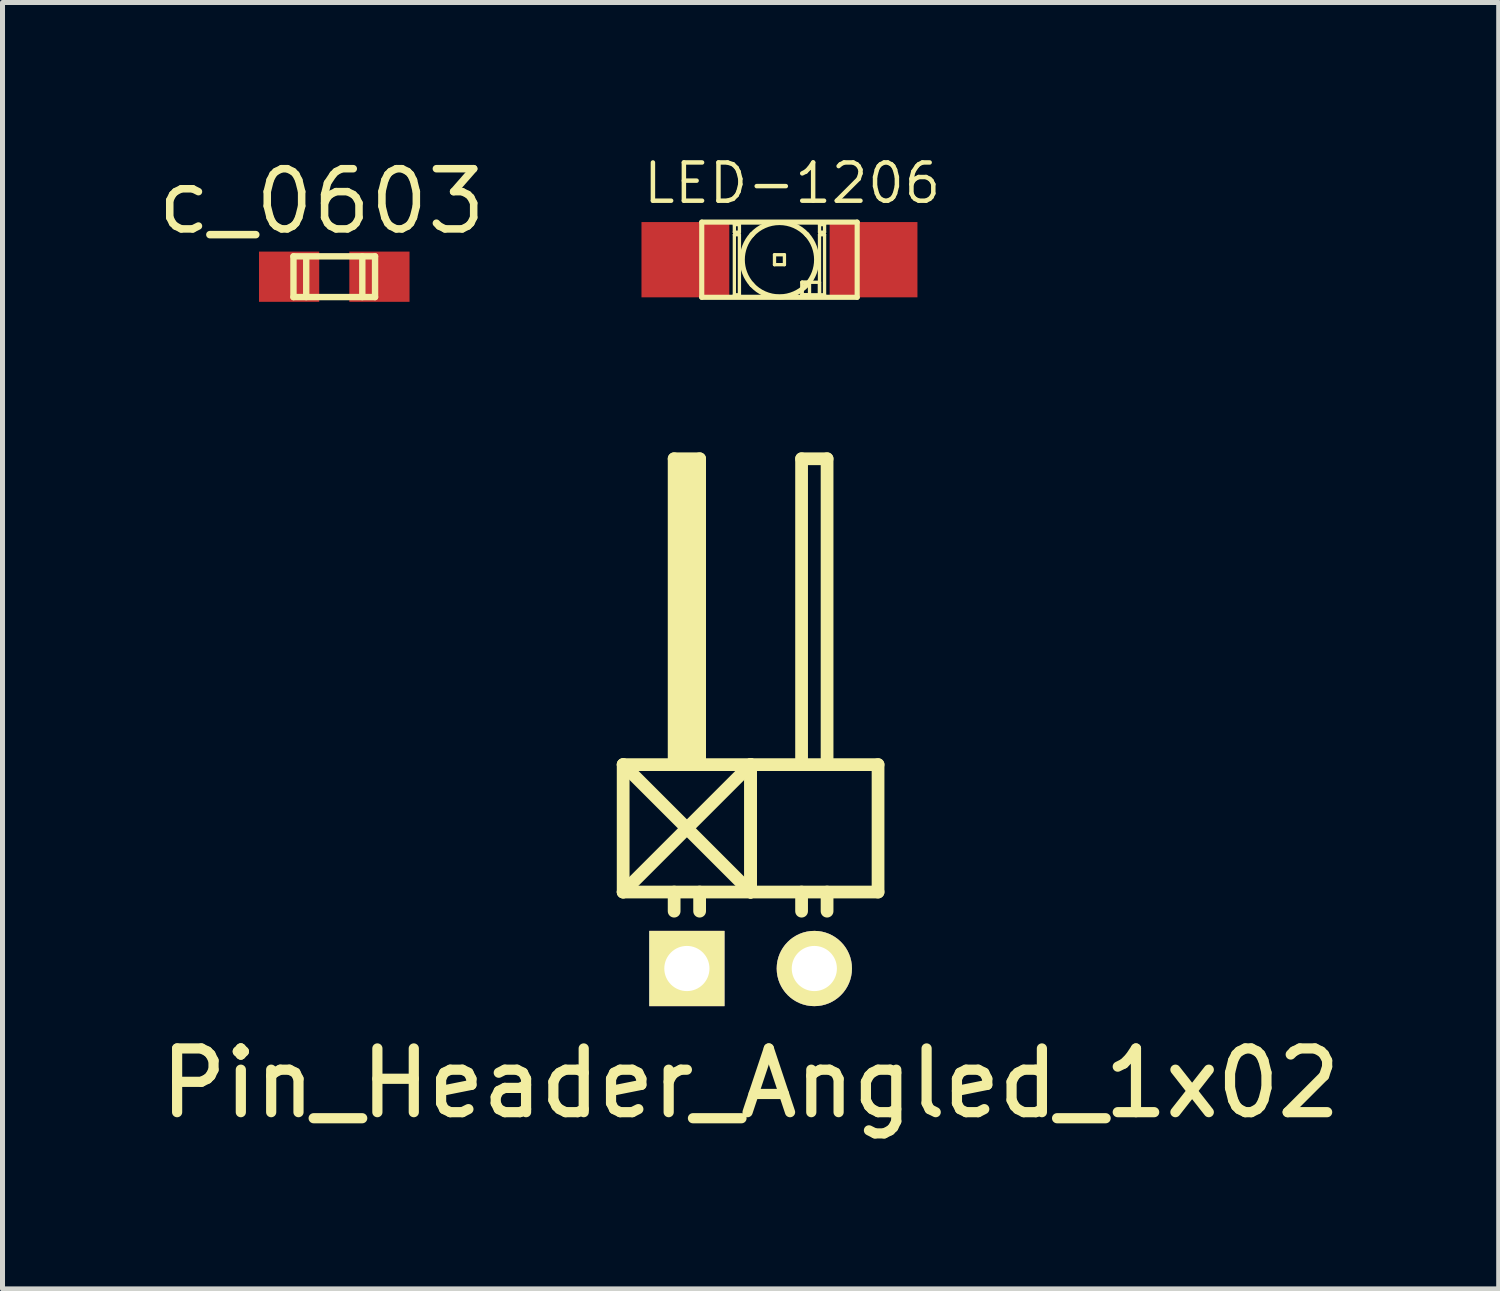
<source format=kicad_pcb>
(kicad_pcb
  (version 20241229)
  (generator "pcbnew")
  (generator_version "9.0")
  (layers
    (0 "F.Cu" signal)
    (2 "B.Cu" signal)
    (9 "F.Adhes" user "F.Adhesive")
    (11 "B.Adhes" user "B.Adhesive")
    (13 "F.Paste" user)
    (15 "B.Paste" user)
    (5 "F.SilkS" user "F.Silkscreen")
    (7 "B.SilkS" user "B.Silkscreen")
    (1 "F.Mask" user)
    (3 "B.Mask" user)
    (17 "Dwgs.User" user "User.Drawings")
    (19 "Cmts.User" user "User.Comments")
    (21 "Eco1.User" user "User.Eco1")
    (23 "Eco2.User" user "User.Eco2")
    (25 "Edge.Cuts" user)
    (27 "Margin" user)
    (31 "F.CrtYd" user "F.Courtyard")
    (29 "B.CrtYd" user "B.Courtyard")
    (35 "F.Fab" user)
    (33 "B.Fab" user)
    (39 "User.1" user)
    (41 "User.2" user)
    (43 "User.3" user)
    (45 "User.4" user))
  (footprint "Pin_Header_Angled_1x02"
    (layer "F.Cu")
    (at 11.91 16.253)
    (property "Reference" "Pin_Header_Angled_1x02" (at 0 2.286 0) (layer "F.SilkS") (effects (font (size 1.27 1.27) (thickness 0.203))))
    (attr through_hole)
    (fp_line (start -2.54 -4.064) (end 0 -1.524) (stroke (width 0.254) (type solid)) (layer "F.SilkS"))
    (fp_line (start -2.54 -1.524) (end -2.54 -4.064) (stroke (width 0.254) (type solid)) (layer "F.SilkS"))
    (fp_line (start -2.54 -1.524) (end 0 -1.524) (stroke (width 0.254) (type solid)) (layer "F.SilkS"))
    (fp_line (start -1.524 -10.16) (end -1.016 -10.16) (stroke (width 0.254) (type solid)) (layer "F.SilkS"))
    (fp_line (start -1.524 -4.064) (end -1.524 -10.16) (stroke (width 0.254) (type solid)) (layer "F.SilkS"))
    (fp_line (start -1.524 -1.524) (end -1.524 -1.143) (stroke (width 0.254) (type solid)) (layer "F.SilkS"))
    (fp_line (start -1.397 -10.033) (end -1.143 -10.033) (stroke (width 0.254) (type solid)) (layer "F.SilkS"))
    (fp_line (start -1.397 -4.191) (end -1.397 -10.033) (stroke (width 0.254) (type solid)) (layer "F.SilkS"))
    (fp_line (start -1.27 -4.191) (end -1.27 -10.033) (stroke (width 0.254) (type solid)) (layer "F.SilkS"))
    (fp_line (start -1.143 -10.033) (end -1.143 -4.191) (stroke (width 0.254) (type solid)) (layer "F.SilkS"))
    (fp_line (start -1.143 -4.191) (end -1.27 -4.191) (stroke (width 0.254) (type solid)) (layer "F.SilkS"))
    (fp_line (start -1.016 -10.16) (end -1.016 -4.064) (stroke (width 0.254) (type solid)) (layer "F.SilkS"))
    (fp_line (start -1.016 -1.524) (end -1.016 -1.143) (stroke (width 0.254) (type solid)) (layer "F.SilkS"))
    (fp_line (start 0 -4.064) (end -2.54 -4.064) (stroke (width 0.254) (type solid)) (layer "F.SilkS"))
    (fp_line (start 0 -4.064) (end -2.54 -1.524) (stroke (width 0.254) (type solid)) (layer "F.SilkS"))
    (fp_line (start 0 -1.524) (end 0 -4.064) (stroke (width 0.254) (type solid)) (layer "F.SilkS"))
    (fp_line (start 0 -1.524) (end 0 -4.064) (stroke (width 0.254) (type solid)) (layer "F.SilkS"))
    (fp_line (start 0 -1.524) (end 2.54 -1.524) (stroke (width 0.254) (type solid)) (layer "F.SilkS"))
    (fp_line (start 1.016 -10.16) (end 1.524 -10.16) (stroke (width 0.254) (type solid)) (layer "F.SilkS"))
    (fp_line (start 1.016 -4.064) (end 1.016 -10.16) (stroke (width 0.254) (type solid)) (layer "F.SilkS"))
    (fp_line (start 1.016 -1.524) (end 1.016 -1.143) (stroke (width 0.254) (type solid)) (layer "F.SilkS"))
    (fp_line (start 1.524 -10.16) (end 1.524 -4.064) (stroke (width 0.254) (type solid)) (layer "F.SilkS"))
    (fp_line (start 1.524 -1.524) (end 1.524 -1.143) (stroke (width 0.254) (type solid)) (layer "F.SilkS"))
    (fp_line (start 2.54 -4.064) (end 0 -4.064) (stroke (width 0.254) (type solid)) (layer "F.SilkS"))
    (fp_line (start 2.54 -1.524) (end 2.54 -4.064) (stroke (width 0.254) (type solid)) (layer "F.SilkS"))
    (pad "1" thru_hole rect (at -1.27 0) (size 1.5 1.5) (drill 0.9) (layers "*.Cu" "*.Mask" "F.SilkS"))
    (pad "2" thru_hole oval (at 1.27 0) (size 1.5 1.5) (drill 0.9) (layers "*.Cu" "*.Mask" "F.SilkS")))
  (footprint "LED-1206"
    (layer "F.Cu")
    (at 12.485 2.126)
    (property "Reference" "LED-1206" (at 0.254 -1.524 0) (layer "F.SilkS") (effects (font (size 0.762 0.762) (thickness 0.089))))
    (attr smd)
    (fp_line (start -1.549 -0.749) (end 1.549 -0.749) (stroke (width 0.102) (type solid)) (layer "F.SilkS"))
    (fp_line (start -1.549 0.749) (end -1.549 -0.749) (stroke (width 0.102) (type solid)) (layer "F.SilkS"))
    (fp_line (start -0.899 -0.699) (end -0.798 -0.699) (stroke (width 0.066) (type solid)) (layer "F.SilkS"))
    (fp_line (start -0.899 -0.549) (end -0.899 -0.699) (stroke (width 0.066) (type solid)) (layer "F.SilkS"))
    (fp_line (start -0.899 -0.549) (end -0.798 -0.549) (stroke (width 0.066) (type solid)) (layer "F.SilkS"))
    (fp_line (start -0.899 -0.498) (end -0.798 -0.498) (stroke (width 0.066) (type solid)) (layer "F.SilkS"))
    (fp_line (start -0.899 0.699) (end -0.899 -0.498) (stroke (width 0.066) (type solid)) (layer "F.SilkS"))
    (fp_line (start -0.899 0.699) (end -0.798 0.699) (stroke (width 0.066) (type solid)) (layer "F.SilkS"))
    (fp_line (start -0.798 -0.549) (end -0.798 -0.699) (stroke (width 0.066) (type solid)) (layer "F.SilkS"))
    (fp_line (start -0.798 0.699) (end -0.798 -0.498) (stroke (width 0.066) (type solid)) (layer "F.SilkS"))
    (fp_line (start -0.099 -0.099) (end 0.099 -0.099) (stroke (width 0.066) (type solid)) (layer "F.SilkS"))
    (fp_line (start -0.099 0.099) (end -0.099 -0.099) (stroke (width 0.066) (type solid)) (layer "F.SilkS"))
    (fp_line (start -0.099 0.099) (end 0.099 0.099) (stroke (width 0.066) (type solid)) (layer "F.SilkS"))
    (fp_line (start 0.099 0.099) (end 0.099 -0.099) (stroke (width 0.066) (type solid)) (layer "F.SilkS"))
    (fp_line (start 0.45 0.45) (end 0.599 0.45) (stroke (width 0.066) (type solid)) (layer "F.SilkS"))
    (fp_line (start 0.45 0.45) (end 0.798 0.45) (stroke (width 0.066) (type solid)) (layer "F.SilkS"))
    (fp_line (start 0.45 0.699) (end 0.45 0.45) (stroke (width 0.066) (type solid)) (layer "F.SilkS"))
    (fp_line (start 0.45 0.699) (end 0.45 0.45) (stroke (width 0.066) (type solid)) (layer "F.SilkS"))
    (fp_line (start 0.45 0.699) (end 0.599 0.699) (stroke (width 0.066) (type solid)) (layer "F.SilkS"))
    (fp_line (start 0.45 0.699) (end 0.798 0.699) (stroke (width 0.066) (type solid)) (layer "F.SilkS"))
    (fp_line (start 0.599 0.699) (end 0.599 0.45) (stroke (width 0.066) (type solid)) (layer "F.SilkS"))
    (fp_line (start 0.798 -0.699) (end 0.899 -0.699) (stroke (width 0.066) (type solid)) (layer "F.SilkS"))
    (fp_line (start 0.798 -0.549) (end 0.798 -0.699) (stroke (width 0.066) (type solid)) (layer "F.SilkS"))
    (fp_line (start 0.798 -0.549) (end 0.899 -0.549) (stroke (width 0.066) (type solid)) (layer "F.SilkS"))
    (fp_line (start 0.798 -0.498) (end 0.899 -0.498) (stroke (width 0.066) (type solid)) (layer "F.SilkS"))
    (fp_line (start 0.798 0.699) (end 0.798 -0.498) (stroke (width 0.066) (type solid)) (layer "F.SilkS"))
    (fp_line (start 0.798 0.699) (end 0.798 0.45) (stroke (width 0.066) (type solid)) (layer "F.SilkS"))
    (fp_line (start 0.798 0.699) (end 0.899 0.699) (stroke (width 0.066) (type solid)) (layer "F.SilkS"))
    (fp_line (start 0.899 -0.549) (end 0.899 -0.699) (stroke (width 0.066) (type solid)) (layer "F.SilkS"))
    (fp_line (start 0.899 0.699) (end 0.899 -0.498) (stroke (width 0.066) (type solid)) (layer "F.SilkS"))
    (fp_line (start 1.549 -0.749) (end 1.549 0.749) (stroke (width 0.102) (type solid)) (layer "F.SilkS"))
    (fp_line (start 1.549 0.749) (end -1.549 0.749) (stroke (width 0.102) (type solid)) (layer "F.SilkS"))
    (fp_arc (start -0.54864 -0.49784) (mid -0.001024 -0.740844) (end 0.547262 -0.499354) (stroke (width 0.1016) (type solid)) (layer "F.SilkS"))
    (fp_arc (start -0.54864 0.49784) (mid -0.740844 -0.000377) (end -0.548133 -0.498398) (stroke (width 0.1016) (type solid)) (layer "F.SilkS"))
    (fp_arc (start 0.54864 -0.49784) (mid 0.740844 0.000377) (end 0.548133 0.498398) (stroke (width 0.1016) (type solid)) (layer "F.SilkS"))
    (fp_arc (start 0.54864 0.49784) (mid 0.001024 0.740844) (end -0.547262 0.499354) (stroke (width 0.1016) (type solid)) (layer "F.SilkS"))
    (pad "1" smd rect (at -1.875 0) (size 1.75 1.5) (layers "F.Cu" "F.Mask" "F.Paste"))
    (pad "2" smd rect (at 1.875 0) (size 1.75 1.5) (layers "F.Cu" "F.Mask" "F.Paste")))
  (footprint "c_0603"
    (layer "F.Cu")
    (at 3.612 2.465)
    (property "Reference" "c_0603" (at -0.25 -1.5 0) (layer "F.SilkS") (effects (font (size 1.2 1.2) (thickness 0.15))))
    (attr through_hole)
    (fp_line (start -0.813 -0.406) (end 0.813 -0.406) (stroke (width 0.127) (type solid)) (layer "F.SilkS"))
    (fp_line (start -0.813 0.406) (end -0.813 -0.406) (stroke (width 0.127) (type solid)) (layer "F.SilkS"))
    (fp_line (start -0.559 -0.381) (end -0.559 0.406) (stroke (width 0.127) (type solid)) (layer "F.SilkS"))
    (fp_line (start 0.559 0.406) (end 0.559 -0.406) (stroke (width 0.127) (type solid)) (layer "F.SilkS"))
    (fp_line (start 0.813 -0.406) (end 0.813 0.406) (stroke (width 0.127) (type solid)) (layer "F.SilkS"))
    (fp_line (start 0.813 0.406) (end -0.813 0.406) (stroke (width 0.127) (type solid)) (layer "F.SilkS"))
    (pad "1" smd rect (at 0.9 0) (size 1.2 1.001) (layers "F.Cu" "F.Mask" "F.Paste"))
    (pad "2" smd rect (at -0.9 0) (size 1.2 1.001) (layers "F.Cu" "F.Mask" "F.Paste")))
  (gr_rect
    (start -3 -3)
    (end 26.82 22.638)
    (stroke (width 0.1) (type default))
    (fill no)
    (layer "Edge.Cuts")))
</source>
